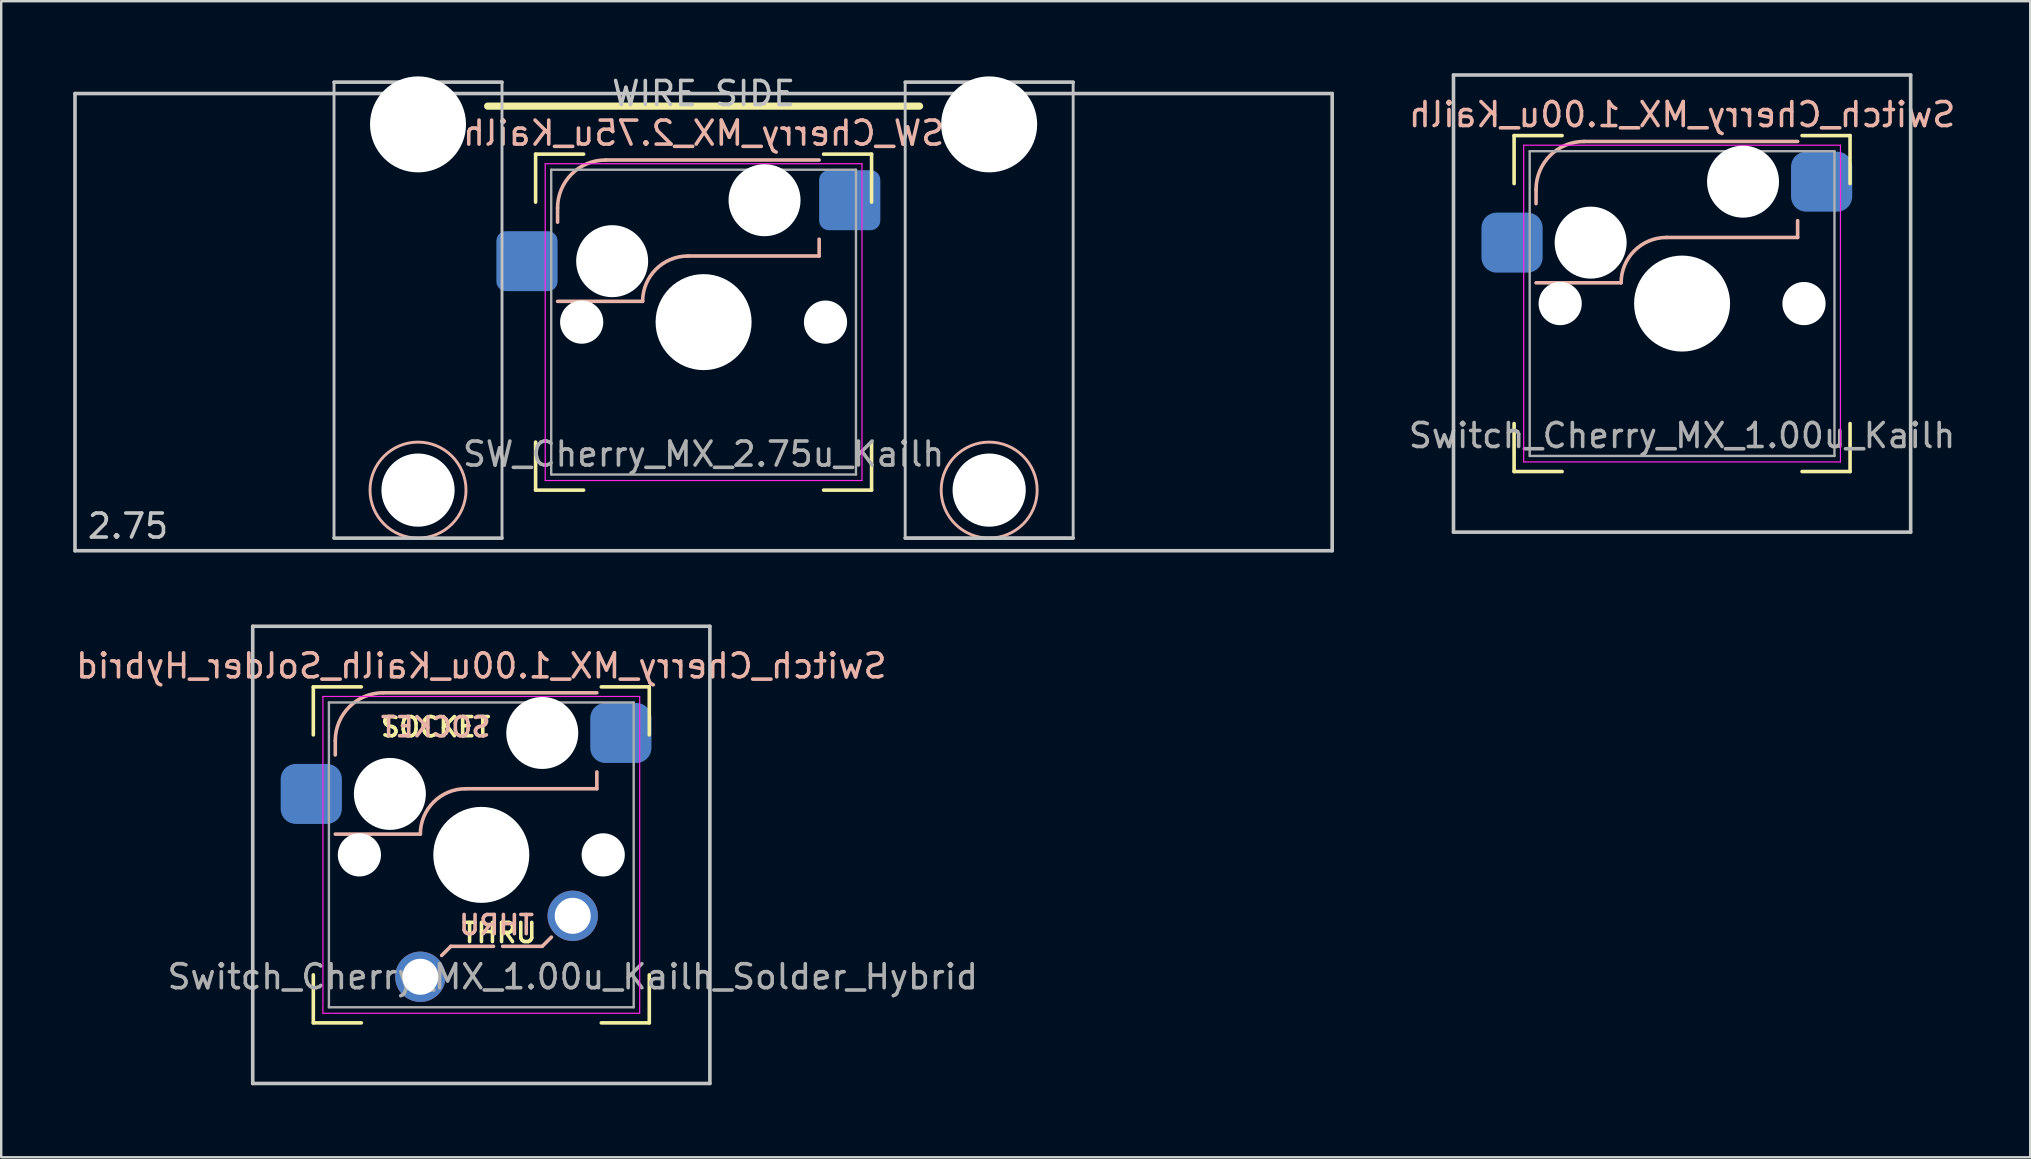
<source format=kicad_pcb>
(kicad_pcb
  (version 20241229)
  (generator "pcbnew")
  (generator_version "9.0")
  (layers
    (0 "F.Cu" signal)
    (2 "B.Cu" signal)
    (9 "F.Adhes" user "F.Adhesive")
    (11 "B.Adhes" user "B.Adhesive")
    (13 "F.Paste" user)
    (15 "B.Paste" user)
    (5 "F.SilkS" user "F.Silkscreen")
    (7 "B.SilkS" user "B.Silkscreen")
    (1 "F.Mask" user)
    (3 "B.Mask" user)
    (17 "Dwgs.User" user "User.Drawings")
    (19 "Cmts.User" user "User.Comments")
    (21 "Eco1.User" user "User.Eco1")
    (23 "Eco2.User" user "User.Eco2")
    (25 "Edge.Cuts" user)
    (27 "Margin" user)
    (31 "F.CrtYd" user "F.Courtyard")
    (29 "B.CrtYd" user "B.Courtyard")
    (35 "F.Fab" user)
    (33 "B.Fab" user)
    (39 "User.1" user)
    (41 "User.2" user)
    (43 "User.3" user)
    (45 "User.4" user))
  (footprint "Switch_Cherry_MX_1.00u_Kailh"
    (layer "F.Cu")
    (at 67.043 9.6)
    (property "Reference" "Switch_Cherry_MX_1.00u_Kailh" (at 0 -7.874 0) (layer "B.SilkS") (effects (font (size 1 1) (thickness 0.15)) (justify mirror)))
    (attr through_hole)
    (fp_line (start -7 -7) (end -7 -5) (stroke (width 0.15) (type solid)) (layer "F.SilkS"))
    (fp_line (start -7 5) (end -7 7) (stroke (width 0.15) (type solid)) (layer "F.SilkS"))
    (fp_line (start -7 7) (end -5 7) (stroke (width 0.15) (type solid)) (layer "F.SilkS"))
    (fp_line (start -5 -7) (end -7 -7) (stroke (width 0.15) (type solid)) (layer "F.SilkS"))
    (fp_line (start 5 7) (end 7 7) (stroke (width 0.15) (type solid)) (layer "F.SilkS"))
    (fp_line (start 7 -7) (end 5 -7) (stroke (width 0.15) (type solid)) (layer "F.SilkS"))
    (fp_line (start 7 -5) (end 7 -7) (stroke (width 0.15) (type solid)) (layer "F.SilkS"))
    (fp_line (start 7 7) (end 7 5) (stroke (width 0.15) (type solid)) (layer "F.SilkS"))
    (fp_line (start -6.085 -4.165) (end -6.085 -4.755) (stroke (width 0.15) (type solid)) (layer "B.SilkS"))
    (fp_line (start -4.085 -6.755) (end 4.815 -6.755) (stroke (width 0.15) (type solid)) (layer "B.SilkS"))
    (fp_line (start -2.54 -0.865) (end -6.085 -0.865) (stroke (width 0.15) (type solid)) (layer "B.SilkS"))
    (fp_line (start -0.65 -2.755) (end 4.815 -2.755) (stroke (width 0.15) (type solid)) (layer "B.SilkS"))
    (fp_line (start 4.815 -2.755) (end 4.815 -3.455) (stroke (width 0.15) (type solid)) (layer "B.SilkS"))
    (fp_arc (start -6.085 -4.755) (mid -5.499214 -6.169214) (end -4.085 -6.755) (stroke (width 0.15) (type solid)) (layer "B.SilkS"))
    (fp_arc (start -2.54 -0.865) (mid -1.986432 -2.201432) (end -0.65 -2.755) (stroke (width 0.15) (type solid)) (layer "B.SilkS"))
    (fp_line (start -9.525 -9.525) (end 9.525 -9.525) (stroke (width 0.15) (type solid)) (layer "Dwgs.User"))
    (fp_line (start -9.525 9.525) (end -9.525 -9.525) (stroke (width 0.15) (type solid)) (layer "Dwgs.User"))
    (fp_line (start 9.525 -9.525) (end 9.525 9.525) (stroke (width 0.15) (type solid)) (layer "Dwgs.User"))
    (fp_line (start 9.525 9.525) (end -9.525 9.525) (stroke (width 0.15) (type solid)) (layer "Dwgs.User"))
    (fp_line (start -6.6 -6.6) (end 6.6 -6.6) (stroke (width 0.05) (type solid)) (layer "F.CrtYd"))
    (fp_line (start -6.6 6.6) (end -6.6 -6.6) (stroke (width 0.05) (type solid)) (layer "F.CrtYd"))
    (fp_line (start 6.6 -6.6) (end 6.6 6.6) (stroke (width 0.05) (type solid)) (layer "F.CrtYd"))
    (fp_line (start 6.6 6.6) (end -6.6 6.6) (stroke (width 0.05) (type solid)) (layer "F.CrtYd"))
    (fp_line (start -6.35 -6.35) (end 6.35 -6.35) (stroke (width 0.1) (type solid)) (layer "F.Fab"))
    (fp_line (start -6.35 6.35) (end -6.35 -6.35) (stroke (width 0.1) (type solid)) (layer "F.Fab"))
    (fp_line (start 6.35 -6.35) (end 6.35 6.35) (stroke (width 0.1) (type solid)) (layer "F.Fab"))
    (fp_line (start 6.35 6.35) (end -6.35 6.35) (stroke (width 0.1) (type solid)) (layer "F.Fab"))
    (fp_text user "${REFERENCE}" (at 0 5.5 0) (layer "F.Fab") (effects (font (size 1 1) (thickness 0.15))))
    (pad "" np_thru_hole circle (at -5.08 0) (size 1.8 1.8) (drill 1.8) (layers "*.Cu" "*.Mask"))
    (pad "" np_thru_hole circle (at -3.81 -2.54) (size 3 3) (drill 3) (layers "*.Cu" "*.Mask"))
    (pad "" np_thru_hole circle (at 0 0) (size 4 4) (drill 4) (layers "*.Cu" "*.Mask"))
    (pad "" np_thru_hole circle (at 2.54 -5.08) (size 3 3) (drill 3) (layers "*.Cu" "*.Mask"))
    (pad "" np_thru_hole circle (at 5.08 0) (size 1.8 1.8) (drill 1.8) (layers "*.Cu" "*.Mask"))
    (pad "1" smd roundrect (at -7.085 -2.54) (size 2.55 2.5) (layers "B.Cu" "B.Mask" "B.Paste") (roundrect_rratio 0.25))
    (pad "2" smd roundrect (at 5.815 -5.08) (size 2.55 2.5) (layers "B.Cu" "B.Mask" "B.Paste") (roundrect_rratio 0.25)))
  (footprint "SW_Cherry_MX_2.75u_Kailh"
    (layer "F.Cu")
    (at 26.269 10.373)
    (property "Reference" "SW_Cherry_MX_2.75u_Kailh" (at 0 -7.874 0) (layer "B.SilkS") (effects (font (size 1 1) (thickness 0.15)) (justify mirror)))
    (attr through_hole)
    (fp_line (start -9 -9) (end 9 -9) (stroke (width 0.3) (type solid)) (layer "F.SilkS"))
    (fp_line (start -7 -7) (end -7 -5) (stroke (width 0.15) (type solid)) (layer "F.SilkS"))
    (fp_line (start -7 5) (end -7 7) (stroke (width 0.15) (type solid)) (layer "F.SilkS"))
    (fp_line (start -7 7) (end -5 7) (stroke (width 0.15) (type solid)) (layer "F.SilkS"))
    (fp_line (start -5 -7) (end -7 -7) (stroke (width 0.15) (type solid)) (layer "F.SilkS"))
    (fp_line (start 5 7) (end 7 7) (stroke (width 0.15) (type solid)) (layer "F.SilkS"))
    (fp_line (start 7 -7) (end 5 -7) (stroke (width 0.15) (type solid)) (layer "F.SilkS"))
    (fp_line (start 7 -5) (end 7 -7) (stroke (width 0.15) (type solid)) (layer "F.SilkS"))
    (fp_line (start 7 7) (end 7 5) (stroke (width 0.15) (type solid)) (layer "F.SilkS"))
    (fp_line (start -6.085 -4.165) (end -6.085 -4.755) (stroke (width 0.15) (type solid)) (layer "B.SilkS"))
    (fp_line (start -4.085 -6.755) (end 4.815 -6.755) (stroke (width 0.15) (type solid)) (layer "B.SilkS"))
    (fp_line (start -2.54 -0.865) (end -6.085 -0.865) (stroke (width 0.15) (type solid)) (layer "B.SilkS"))
    (fp_line (start -0.65 -2.755) (end 4.815 -2.755) (stroke (width 0.15) (type solid)) (layer "B.SilkS"))
    (fp_line (start 4.815 -2.755) (end 4.815 -3.455) (stroke (width 0.15) (type solid)) (layer "B.SilkS"))
    (fp_arc (start -6.085 -4.755) (mid -5.499214 -6.169214) (end -4.085 -6.755) (stroke (width 0.15) (type solid)) (layer "B.SilkS"))
    (fp_arc (start -2.54 -0.865) (mid -1.986432 -2.201432) (end -0.65 -2.755) (stroke (width 0.15) (type solid)) (layer "B.SilkS"))
    (fp_circle (center -11.9 7) (end -9.9 7) (stroke (width 0.12) (type solid)) (fill no) (layer "B.SilkS"))
    (fp_circle (center 11.9 7) (end 13.9 7) (stroke (width 0.12) (type solid)) (fill no) (layer "B.SilkS"))
    (fp_line (start -26.194 -9.525) (end 26.194 -9.525) (stroke (width 0.15) (type solid)) (layer "Dwgs.User"))
    (fp_line (start -26.194 9.525) (end -26.194 -9.525) (stroke (width 0.15) (type solid)) (layer "Dwgs.User"))
    (fp_line (start -26.194 9.525) (end 26.194 9.525) (stroke (width 0.15) (type solid)) (layer "Dwgs.User"))
    (fp_line (start -15.4 -10) (end -15.4 9) (stroke (width 0.12) (type solid)) (layer "Dwgs.User"))
    (fp_line (start -15.4 -10) (end -8.4 -10) (stroke (width 0.15) (type solid)) (layer "Dwgs.User"))
    (fp_line (start -15.4 9) (end -8.4 9) (stroke (width 0.15) (type solid)) (layer "Dwgs.User"))
    (fp_line (start -8.4 9) (end -8.4 -10) (stroke (width 0.12) (type solid)) (layer "Dwgs.User"))
    (fp_line (start 8.4 -10) (end 15.4 -10) (stroke (width 0.15) (type solid)) (layer "Dwgs.User"))
    (fp_line (start 8.4 9) (end 8.4 -10) (stroke (width 0.12) (type solid)) (layer "Dwgs.User"))
    (fp_line (start 8.4 9) (end 15.4 9) (stroke (width 0.15) (type solid)) (layer "Dwgs.User"))
    (fp_line (start 15.4 -10) (end 15.4 9) (stroke (width 0.12) (type solid)) (layer "Dwgs.User"))
    (fp_line (start 15.4 9) (end 8.4 9) (stroke (width 0.12) (type solid)) (layer "Dwgs.User"))
    (fp_line (start 26.194 -9.525) (end 26.194 9.525) (stroke (width 0.15) (type solid)) (layer "Dwgs.User"))
    (fp_line (start -6.6 -6.6) (end 6.6 -6.6) (stroke (width 0.05) (type solid)) (layer "F.CrtYd"))
    (fp_line (start -6.6 6.6) (end -6.6 -6.6) (stroke (width 0.05) (type solid)) (layer "F.CrtYd"))
    (fp_line (start 6.6 -6.6) (end 6.6 6.6) (stroke (width 0.05) (type solid)) (layer "F.CrtYd"))
    (fp_line (start 6.6 6.6) (end -6.6 6.6) (stroke (width 0.05) (type solid)) (layer "F.CrtYd"))
    (fp_line (start -6.35 -6.35) (end 6.35 -6.35) (stroke (width 0.1) (type solid)) (layer "F.Fab"))
    (fp_line (start -6.35 6.35) (end -6.35 -6.35) (stroke (width 0.1) (type solid)) (layer "F.Fab"))
    (fp_line (start 6.35 -6.35) (end 6.35 6.35) (stroke (width 0.1) (type solid)) (layer "F.Fab"))
    (fp_line (start 6.35 6.35) (end -6.35 6.35) (stroke (width 0.1) (type solid)) (layer "F.Fab"))
    (fp_text user "2.75" (at -25.75 8.5 0) (layer "Dwgs.User") (effects (font (size 1 1) (thickness 0.15)) (justify left)))
    (fp_text user "WIRE SIDE" (at 0 -9.525 180) (layer "Dwgs.User") (effects (font (size 1 1) (thickness 0.15))))
    (fp_text user "${REFERENCE}" (at 0 5.5 0) (layer "F.Fab") (effects (font (size 1 1) (thickness 0.15))))
    (pad "" np_thru_hole circle (at -11.9 -8.24 180) (size 4 4) (drill 4) (layers "*.Cu" "*.Mask"))
    (pad "" np_thru_hole circle (at -11.9 7 180) (size 3.05 3.05) (drill 3.05) (layers "*.Cu" "*.Mask"))
    (pad "" np_thru_hole circle (at -5.08 0) (size 1.8 1.8) (drill 1.8) (layers "*.Cu" "*.Mask"))
    (pad "" np_thru_hole circle (at -3.81 -2.54) (size 3 3) (drill 3) (layers "*.Cu" "*.Mask"))
    (pad "" np_thru_hole circle (at 0 0 90) (size 4 4) (drill 4) (layers "*.Cu" "*.Mask"))
    (pad "" np_thru_hole circle (at 2.54 -5.08) (size 3 3) (drill 3) (layers "*.Cu" "*.Mask"))
    (pad "" np_thru_hole circle (at 5.08 0) (size 1.8 1.8) (drill 1.8) (layers "*.Cu" "*.Mask"))
    (pad "" np_thru_hole circle (at 11.9 -8.24 180) (size 4 4) (drill 4) (layers "*.Cu" "*.Mask"))
    (pad "" np_thru_hole circle (at 11.9 7 180) (size 3.05 3.05) (drill 3.05) (layers "*.Cu" "*.Mask"))
    (pad "1" smd roundrect (at -7.36 -2.54) (size 2.55 2.5) (layers "B.Cu" "B.Mask" "B.Paste") (roundrect_rratio 0.16))
    (pad "2" smd roundrect (at 6.09 -5.08) (size 2.55 2.5) (layers "B.Cu" "B.Mask" "B.Paste") (roundrect_rratio 0.16)))
  (footprint "Switch_Cherry_MX_1.00u_Kailh_Solder_Hybrid"
    (layer "F.Cu")
    (at 17.006 32.573)
    (property "Reference" "Switch_Cherry_MX_1.00u_Kailh_Solder_Hybrid" (at 0 -7.874 0) (layer "B.SilkS") (effects (font (size 1 1) (thickness 0.15)) (justify mirror)))
    (attr through_hole)
    (fp_line (start -7 -7) (end -7 -5) (stroke (width 0.15) (type solid)) (layer "F.SilkS"))
    (fp_line (start -7 5) (end -7 7) (stroke (width 0.15) (type solid)) (layer "F.SilkS"))
    (fp_line (start -7 7) (end -5 7) (stroke (width 0.15) (type solid)) (layer "F.SilkS"))
    (fp_line (start -5 -7) (end -7 -7) (stroke (width 0.15) (type solid)) (layer "F.SilkS"))
    (fp_line (start 5 7) (end 7 7) (stroke (width 0.15) (type solid)) (layer "F.SilkS"))
    (fp_line (start 7 -7) (end 5 -7) (stroke (width 0.15) (type solid)) (layer "F.SilkS"))
    (fp_line (start 7 -5) (end 7 -7) (stroke (width 0.15) (type solid)) (layer "F.SilkS"))
    (fp_line (start 7 7) (end 7 5) (stroke (width 0.15) (type solid)) (layer "F.SilkS"))
    (fp_line (start -6.085 -4.165) (end -6.085 -4.755) (stroke (width 0.15) (type solid)) (layer "B.SilkS"))
    (fp_line (start -4.085 -6.755) (end 4.815 -6.755) (stroke (width 0.15) (type solid)) (layer "B.SilkS"))
    (fp_line (start -2.54 -0.865) (end -6.085 -0.865) (stroke (width 0.15) (type solid)) (layer "B.SilkS"))
    (fp_line (start -1.651 4.191) (end -1.27 3.81) (stroke (width 0.15) (type solid)) (layer "B.SilkS"))
    (fp_line (start -1.27 3.81) (end 0.508 3.81) (stroke (width 0.15) (type solid)) (layer "B.SilkS"))
    (fp_line (start -0.65 -2.755) (end 4.815 -2.755) (stroke (width 0.15) (type solid)) (layer "B.SilkS"))
    (fp_line (start 2.54 3.81) (end 0.889 3.81) (stroke (width 0.15) (type solid)) (layer "B.SilkS"))
    (fp_line (start 2.54 3.81) (end 2.921 3.429) (stroke (width 0.15) (type solid)) (layer "B.SilkS"))
    (fp_line (start 4.815 -2.755) (end 4.815 -3.455) (stroke (width 0.15) (type solid)) (layer "B.SilkS"))
    (fp_arc (start -6.085 -4.755) (mid -5.499214 -6.169214) (end -4.085 -6.755) (stroke (width 0.15) (type solid)) (layer "B.SilkS"))
    (fp_arc (start -2.54 -0.865) (mid -1.986432 -2.201432) (end -0.65 -2.755) (stroke (width 0.15) (type solid)) (layer "B.SilkS"))
    (fp_line (start -9.525 -9.525) (end 9.525 -9.525) (stroke (width 0.15) (type solid)) (layer "Dwgs.User"))
    (fp_line (start -9.525 9.525) (end -9.525 -9.525) (stroke (width 0.15) (type solid)) (layer "Dwgs.User"))
    (fp_line (start 9.525 -9.525) (end 9.525 9.525) (stroke (width 0.15) (type solid)) (layer "Dwgs.User"))
    (fp_line (start 9.525 9.525) (end -9.525 9.525) (stroke (width 0.15) (type solid)) (layer "Dwgs.User"))
    (fp_line (start -6.6 -6.6) (end 6.6 -6.6) (stroke (width 0.05) (type solid)) (layer "F.CrtYd"))
    (fp_line (start -6.6 6.6) (end -6.6 -6.6) (stroke (width 0.05) (type solid)) (layer "F.CrtYd"))
    (fp_line (start 6.6 -6.6) (end 6.6 6.6) (stroke (width 0.05) (type solid)) (layer "F.CrtYd"))
    (fp_line (start 6.6 6.6) (end -6.6 6.6) (stroke (width 0.05) (type solid)) (layer "F.CrtYd"))
    (fp_line (start -6.35 -6.35) (end 6.35 -6.35) (stroke (width 0.1) (type solid)) (layer "F.Fab"))
    (fp_line (start -6.35 6.35) (end -6.35 -6.35) (stroke (width 0.1) (type solid)) (layer "F.Fab"))
    (fp_line (start 6.35 -6.35) (end 6.35 6.35) (stroke (width 0.1) (type solid)) (layer "F.Fab"))
    (fp_line (start 6.35 6.35) (end -6.35 6.35) (stroke (width 0.1) (type solid)) (layer "F.Fab"))
    (fp_text user "THRU" (at 0.75 3.25 0) (layer "F.SilkS") (effects (font (size 0.8 0.8) (thickness 0.15))))
    (fp_text user "SOCKET" (at -1.901 -5.326 0) (layer "F.SilkS") (effects (font (size 0.8 0.8) (thickness 0.15))))
    (fp_text user "THRU" (at 0.635 2.921 0) (layer "B.SilkS") (effects (font (size 0.8 0.8) (thickness 0.15)) (justify mirror)))
    (fp_text user "SOCKET" (at -1.901 -5.326 0) (layer "B.SilkS") (effects (font (size 0.8 0.8) (thickness 0.15)) (justify mirror)))
    (fp_text user "${REFERENCE}" (at 3.81 5.08 0) (layer "F.Fab") (effects (font (size 1 1) (thickness 0.15))))
    (pad "" np_thru_hole circle (at -5.08 0) (size 1.8 1.8) (drill 1.8) (layers "*.Cu" "*.Mask"))
    (pad "" np_thru_hole circle (at -3.81 -2.54) (size 3 3) (drill 3) (layers "*.Cu" "*.Mask"))
    (pad "" np_thru_hole circle (at 0 0) (size 4 4) (drill 4) (layers "*.Cu" "*.Mask"))
    (pad "" np_thru_hole circle (at 2.54 -5.08) (size 3 3) (drill 3) (layers "*.Cu" "*.Mask"))
    (pad "" np_thru_hole circle (at 5.08 0) (size 1.8 1.8) (drill 1.8) (layers "*.Cu" "*.Mask"))
    (pad "1" smd roundrect (at -7.085 -2.54) (size 2.55 2.5) (layers "B.Cu" "B.Mask" "B.Paste") (roundrect_rratio 0.25))
    (pad "1" thru_hole circle (at -2.54 5.08) (size 2.1 2.1) (drill 1.5) (layers "*.Cu" "*.Mask"))
    (pad "2" thru_hole circle (at 3.81 2.54) (size 2.1 2.1) (drill 1.5) (layers "*.Cu" "*.Mask"))
    (pad "2" smd roundrect (at 5.815 -5.08) (size 2.55 2.5) (layers "B.Cu" "B.Mask" "B.Paste") (roundrect_rratio 0.25)))
  (gr_rect
    (start -3 -3)
    (end 81.549 45.173)
    (stroke (width 0.1) (type default))
    (fill no)
    (layer "Edge.Cuts")))
</source>
